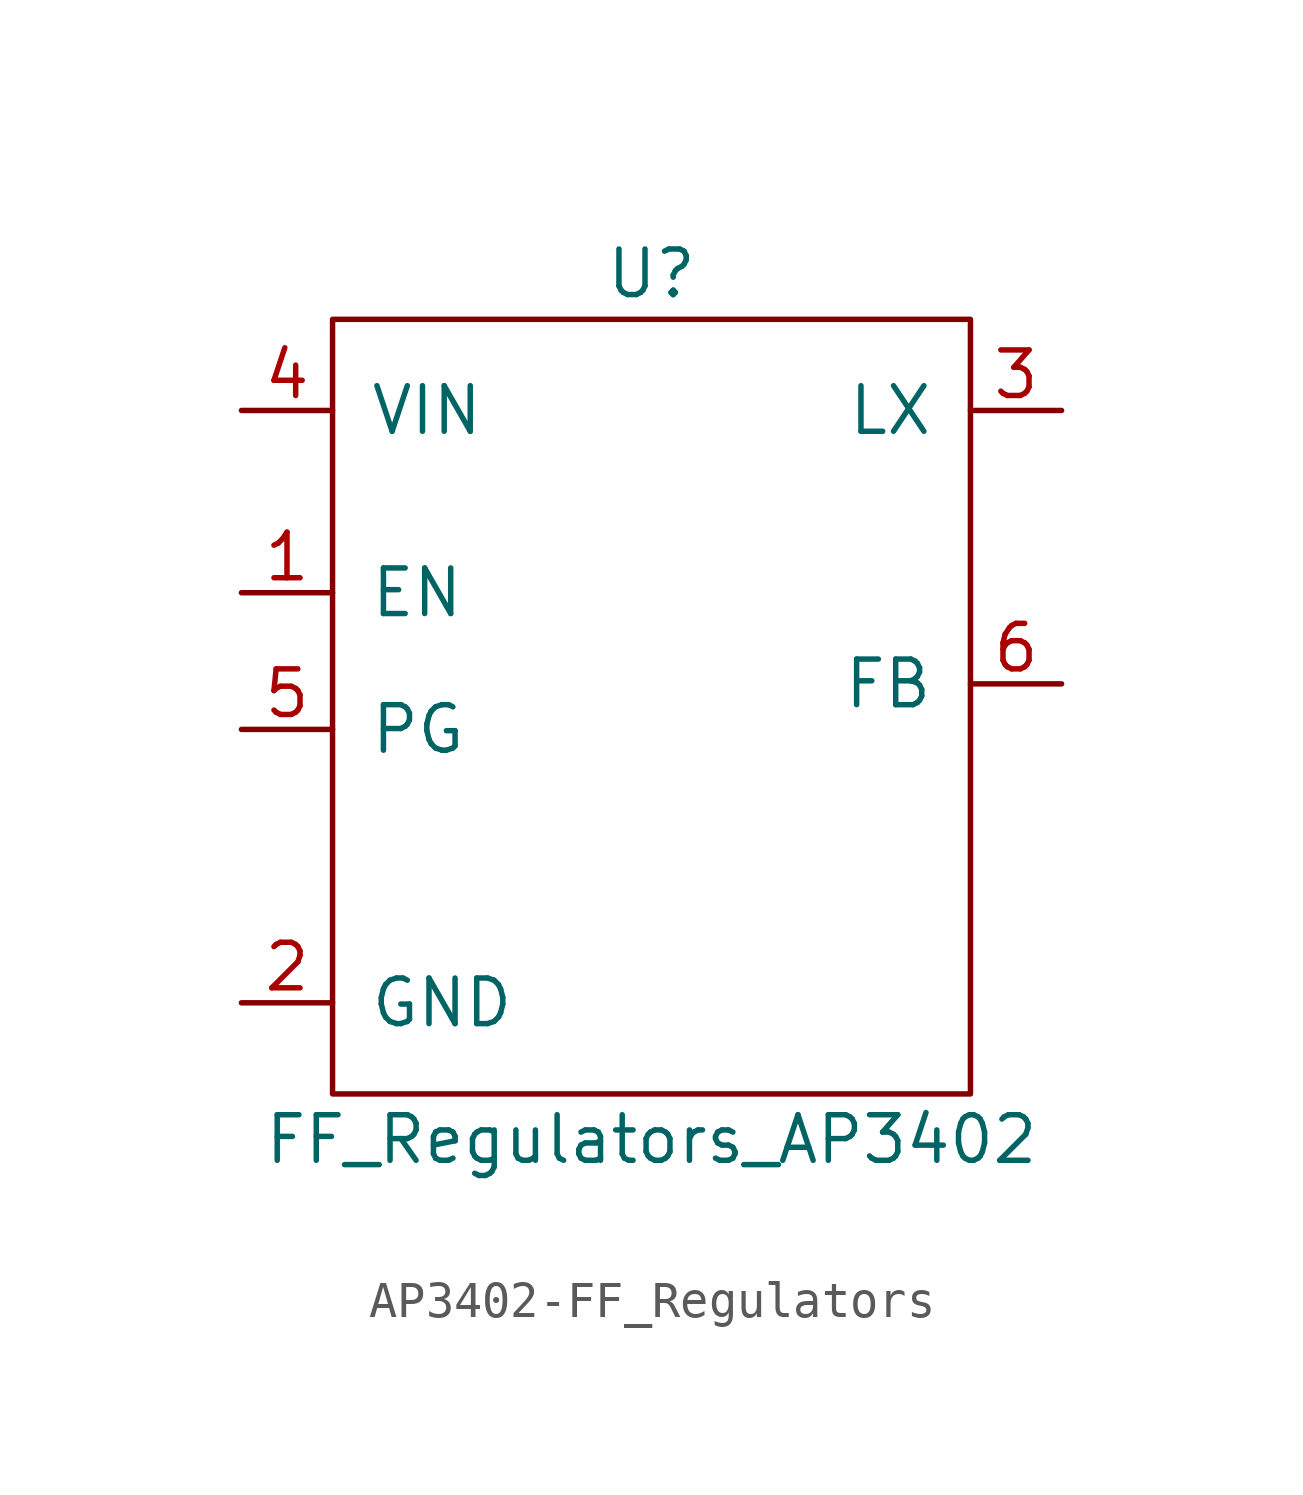
<source format=kicad_sym>
(kicad_symbol_lib
  (version 20220914)
  (generator kicad_symbol_editor)
  (symbol "AP3402-FF_Regulators"
    (pin_names
      (offset 1.016))
    (property "Reference" "U"
      (at 0 12.7 0)
      (effects (font (size 1.27 1.27))))
    (property "Value" "FF_Regulators_AP3402"
      (at 0 -11.43 0)
      (effects (font (size 1.27 1.27))))
    (symbol "AP3402-FF_Regulators_0_1"
      (rectangle (start -8.89 11.43) (end 8.89 -10.16) (stroke (width 0) (type solid)) (fill (type none))))
    (symbol "AP3402-FF_Regulators_1_1"
      (pin input line (at -11.43 3.81 0) (length 2.54) (name "EN" (effects (font (size 1.27 1.27)))) (number "1" (effects (font (size 1.27 1.27)))))
      (pin input line (at -11.43 -7.62 0) (length 2.54) (name "GND" (effects (font (size 1.27 1.27)))) (number "2" (effects (font (size 1.27 1.27)))))
      (pin input line (at 11.43 8.89 180) (length 2.54) (name "LX" (effects (font (size 1.27 1.27)))) (number "3" (effects (font (size 1.27 1.27)))))
      (pin input line (at -11.43 8.89 0) (length 2.54) (name "VIN" (effects (font (size 1.27 1.27)))) (number "4" (effects (font (size 1.27 1.27)))))
      (pin input line (at -11.43 0 0) (length 2.54) (name "PG" (effects (font (size 1.27 1.27)))) (number "5" (effects (font (size 1.27 1.27)))))
      (pin input line (at 11.43 1.27 180) (length 2.54) (name "FB" (effects (font (size 1.27 1.27)))) (number "6" (effects (font (size 1.27 1.27))))))))
</source>
